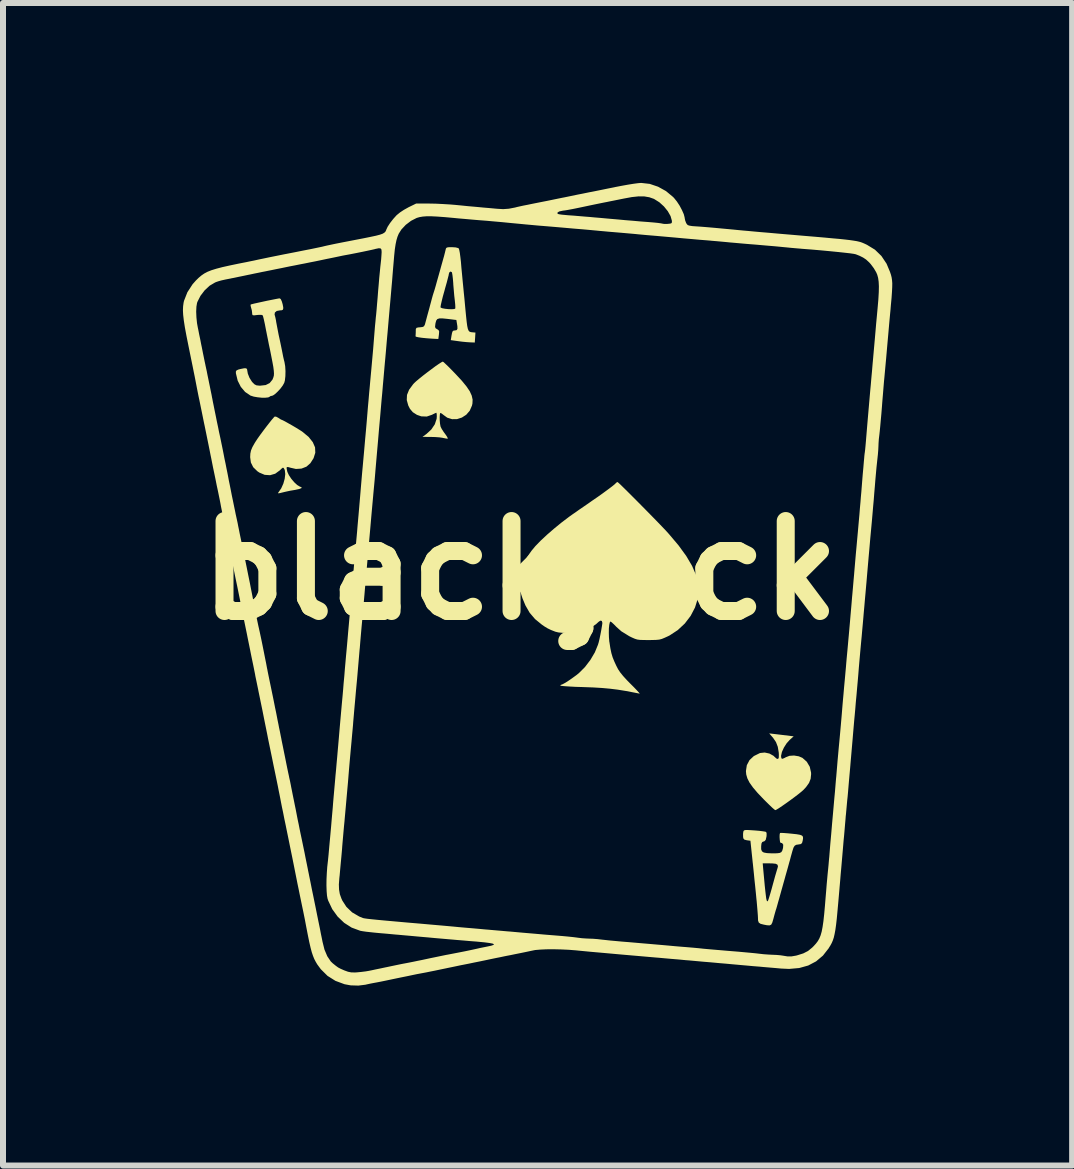
<source format=kicad_pcb>
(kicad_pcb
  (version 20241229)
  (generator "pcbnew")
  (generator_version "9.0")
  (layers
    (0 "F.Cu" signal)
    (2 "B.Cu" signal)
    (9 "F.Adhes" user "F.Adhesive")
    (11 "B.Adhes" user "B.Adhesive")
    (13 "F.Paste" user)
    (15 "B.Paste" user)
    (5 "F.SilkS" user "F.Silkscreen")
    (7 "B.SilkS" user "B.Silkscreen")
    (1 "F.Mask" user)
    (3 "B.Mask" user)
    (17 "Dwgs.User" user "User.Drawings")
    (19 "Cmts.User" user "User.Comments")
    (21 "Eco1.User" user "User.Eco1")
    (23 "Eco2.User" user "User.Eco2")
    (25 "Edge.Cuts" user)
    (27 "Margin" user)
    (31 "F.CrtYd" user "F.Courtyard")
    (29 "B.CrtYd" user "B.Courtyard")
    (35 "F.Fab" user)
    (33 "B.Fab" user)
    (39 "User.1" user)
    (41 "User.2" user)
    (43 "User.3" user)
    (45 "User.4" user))
  (footprint "blackjack"
    (layer "F.Cu")
    (at 5.622 6.459)
    (property "Reference" "blackjack" (at 0 0 0) (layer "F.SilkS") (effects (font (size 1.5 1.5) (thickness 0.3))))
    (attr board_only exclude_from_pos_files exclude_from_bom)
    (fp_poly (pts (xy 4.357 2.743) (xy 4.561 2.768) (xy 4.495 2.827) (xy 4.443 2.885) (xy 4.398 2.956) (xy 4.365 3.029) (xy 4.351 3.092) (xy 4.351 3.1) (xy 4.356 3.135) (xy 4.375 3.143) (xy 4.412 3.127) (xy 4.429 3.117) (xy 4.491 3.093) (xy 4.567 3.088) (xy 4.646 3.101) (xy 4.707 3.127) (xy 4.779 3.191) (xy 4.829 3.275) (xy 4.851 3.372) (xy 4.852 3.398) (xy 4.844 3.476) (xy 4.817 3.545) (xy 4.767 3.615) (xy 4.721 3.664) (xy 4.688 3.693) (xy 4.637 3.734) (xy 4.574 3.782) (xy 4.505 3.833) (xy 4.434 3.884) (xy 4.368 3.93) (xy 4.313 3.967) (xy 4.273 3.991) (xy 4.255 3.999) (xy 4.239 3.988) (xy 4.203 3.957) (xy 4.154 3.91) (xy 4.094 3.851) (xy 4.062 3.819) (xy 3.959 3.711) (xy 3.881 3.619) (xy 3.825 3.54) (xy 3.789 3.469) (xy 3.77 3.403) (xy 3.765 3.347) (xy 3.78 3.249) (xy 3.825 3.164) (xy 3.897 3.097) (xy 3.994 3.049) (xy 4.002 3.046) (xy 4.078 3.038) (xy 4.157 3.055) (xy 4.225 3.093) (xy 4.239 3.107) (xy 4.276 3.14) (xy 4.301 3.146) (xy 4.313 3.122) (xy 4.314 3.068) (xy 4.312 3.037) (xy 4.296 2.942) (xy 4.266 2.864) (xy 4.217 2.792) (xy 4.201 2.774) (xy 4.153 2.719)) (stroke (width 0) (type solid)) (fill yes) (layer "F.SilkS"))
    (fp_poly (pts (xy -1.273 -3.469) (xy -1.239 -3.437) (xy -1.189 -3.389) (xy -1.129 -3.328) (xy -1.075 -3.272) (xy -0.972 -3.161) (xy -0.895 -3.067) (xy -0.84 -2.986) (xy -0.807 -2.913) (xy -0.792 -2.846) (xy -0.795 -2.78) (xy -0.803 -2.746) (xy -0.84 -2.661) (xy -0.898 -2.594) (xy -0.971 -2.547) (xy -1.052 -2.521) (xy -1.135 -2.52) (xy -1.215 -2.545) (xy -1.273 -2.587) (xy -1.306 -2.613) (xy -1.328 -2.624) (xy -1.332 -2.623) (xy -1.338 -2.599) (xy -1.341 -2.554) (xy -1.34 -2.498) (xy -1.335 -2.442) (xy -1.327 -2.399) (xy -1.324 -2.391) (xy -1.306 -2.355) (xy -1.274 -2.306) (xy -1.248 -2.271) (xy -1.22 -2.23) (xy -1.206 -2.202) (xy -1.209 -2.194) (xy -1.238 -2.198) (xy -1.284 -2.207) (xy -1.297 -2.21) (xy -1.347 -2.217) (xy -1.416 -2.222) (xy -1.49 -2.224) (xy -1.496 -2.224) (xy -1.628 -2.225) (xy -1.561 -2.274) (xy -1.48 -2.349) (xy -1.422 -2.435) (xy -1.392 -2.527) (xy -1.389 -2.569) (xy -1.391 -2.608) (xy -1.396 -2.627) (xy -1.397 -2.627) (xy -1.416 -2.62) (xy -1.453 -2.602) (xy -1.468 -2.594) (xy -1.556 -2.564) (xy -1.648 -2.567) (xy -1.72 -2.592) (xy -1.789 -2.636) (xy -1.837 -2.693) (xy -1.865 -2.748) (xy -1.89 -2.839) (xy -1.886 -2.925) (xy -1.851 -3.011) (xy -1.786 -3.1) (xy -1.769 -3.119) (xy -1.736 -3.15) (xy -1.685 -3.193) (xy -1.622 -3.244) (xy -1.552 -3.298) (xy -1.481 -3.351) (xy -1.414 -3.401) (xy -1.356 -3.441) (xy -1.312 -3.469) (xy -1.289 -3.48) (xy -1.289 -3.48)) (stroke (width 0) (type solid)) (fill yes) (layer "F.SilkS"))
    (fp_poly (pts (xy -4.069 -2.562) (xy -4.034 -2.544) (xy -4.031 -2.542) (xy -3.998 -2.52) (xy -3.978 -2.51) (xy -3.977 -2.51) (xy -3.958 -2.502) (xy -3.917 -2.481) (xy -3.862 -2.45) (xy -3.8 -2.415) (xy -3.737 -2.378) (xy -3.682 -2.344) (xy -3.641 -2.318) (xy -3.631 -2.311) (xy -3.527 -2.225) (xy -3.457 -2.137) (xy -3.419 -2.05) (xy -3.415 -1.96) (xy -3.444 -1.869) (xy -3.497 -1.786) (xy -3.563 -1.728) (xy -3.645 -1.696) (xy -3.738 -1.69) (xy -3.826 -1.71) (xy -3.865 -1.721) (xy -3.89 -1.721) (xy -3.891 -1.72) (xy -3.893 -1.699) (xy -3.885 -1.659) (xy -3.88 -1.64) (xy -3.855 -1.586) (xy -3.815 -1.526) (xy -3.767 -1.469) (xy -3.718 -1.423) (xy -3.675 -1.397) (xy -3.67 -1.395) (xy -3.642 -1.383) (xy -3.647 -1.37) (xy -3.682 -1.356) (xy -3.746 -1.342) (xy -3.757 -1.34) (xy -3.834 -1.327) (xy -3.917 -1.309) (xy -3.954 -1.3) (xy -4.007 -1.287) (xy -4.033 -1.284) (xy -4.037 -1.289) (xy -4.027 -1.303) (xy -3.983 -1.367) (xy -3.948 -1.445) (xy -3.925 -1.527) (xy -3.916 -1.605) (xy -3.923 -1.668) (xy -3.931 -1.687) (xy -3.944 -1.708) (xy -3.957 -1.711) (xy -3.979 -1.694) (xy -4.005 -1.668) (xy -4.083 -1.611) (xy -4.169 -1.586) (xy -4.259 -1.592) (xy -4.349 -1.63) (xy -4.381 -1.652) (xy -4.45 -1.719) (xy -4.489 -1.797) (xy -4.501 -1.886) (xy -4.498 -1.946) (xy -4.487 -1.998) (xy -4.464 -2.054) (xy -4.425 -2.123) (xy -4.405 -2.155) (xy -4.375 -2.2) (xy -4.333 -2.259) (xy -4.284 -2.325) (xy -4.232 -2.394) (xy -4.182 -2.458) (xy -4.139 -2.512) (xy -4.107 -2.549) (xy -4.093 -2.563)) (stroke (width 0) (type solid)) (fill yes) (layer "F.SilkS"))
    (fp_poly (pts (xy -3.99 -4.52) (xy -3.973 -4.483) (xy -3.959 -4.435) (xy -3.95 -4.387) (xy -3.949 -4.369) (xy -3.955 -4.345) (xy -3.979 -4.335) (xy -4.005 -4.334) (xy -4.058 -4.324) (xy -4.089 -4.298) (xy -4.094 -4.262) (xy -4.091 -4.254) (xy -4.082 -4.221) (xy -4.071 -4.169) (xy -4.067 -4.141) (xy -4.057 -4.088) (xy -4.043 -4.014) (xy -4.027 -3.931) (xy -4.018 -3.89) (xy -4 -3.807) (xy -3.983 -3.725) (xy -3.969 -3.656) (xy -3.964 -3.631) (xy -3.951 -3.564) (xy -3.936 -3.499) (xy -3.929 -3.473) (xy -3.917 -3.403) (xy -3.912 -3.32) (xy -3.914 -3.237) (xy -3.922 -3.165) (xy -3.933 -3.126) (xy -3.958 -3.081) (xy -3.996 -3.03) (xy -4.041 -2.981) (xy -4.085 -2.94) (xy -4.121 -2.915) (xy -4.135 -2.911) (xy -4.166 -2.903) (xy -4.175 -2.895) (xy -4.199 -2.883) (xy -4.247 -2.878) (xy -4.309 -2.878) (xy -4.377 -2.885) (xy -4.441 -2.896) (xy -4.491 -2.912) (xy -4.497 -2.914) (xy -4.585 -2.974) (xy -4.657 -3.059) (xy -4.709 -3.162) (xy -4.737 -3.277) (xy -4.739 -3.287) (xy -4.739 -3.316) (xy -4.727 -3.334) (xy -4.696 -3.348) (xy -4.661 -3.357) (xy -4.601 -3.369) (xy -4.567 -3.368) (xy -4.553 -3.353) (xy -4.551 -3.341) (xy -4.54 -3.279) (xy -4.512 -3.209) (xy -4.473 -3.147) (xy -4.465 -3.137) (xy -4.429 -3.101) (xy -4.395 -3.084) (xy -4.347 -3.079) (xy -4.331 -3.079) (xy -4.242 -3.089) (xy -4.176 -3.122) (xy -4.13 -3.178) (xy -4.125 -3.189) (xy -4.114 -3.217) (xy -4.106 -3.246) (xy -4.104 -3.282) (xy -4.107 -3.329) (xy -4.115 -3.392) (xy -4.13 -3.474) (xy -4.151 -3.582) (xy -4.169 -3.673) (xy -4.189 -3.766) (xy -4.206 -3.853) (xy -4.221 -3.926) (xy -4.231 -3.978) (xy -4.234 -3.991) (xy -4.256 -4.106) (xy -4.274 -4.188) (xy -4.287 -4.238) (xy -4.293 -4.252) (xy -4.314 -4.259) (xy -4.358 -4.259) (xy -4.385 -4.257) (xy -4.434 -4.251) (xy -4.458 -4.254) (xy -4.467 -4.268) (xy -4.468 -4.289) (xy -4.474 -4.338) (xy -4.485 -4.377) (xy -4.494 -4.412) (xy -4.493 -4.431) (xy -4.475 -4.437) (xy -4.431 -4.448) (xy -4.368 -4.462) (xy -4.295 -4.478) (xy -4.217 -4.495) (xy -4.141 -4.51) (xy -4.076 -4.523) (xy -4.029 -4.532) (xy -4.006 -4.534)) (stroke (width 0) (type solid)) (fill yes) (layer "F.SilkS"))
    (fp_poly (pts (xy -1.075 -5.384) (xy -1.033 -5.373) (xy -1.023 -5.366) (xy -1.015 -5.342) (xy -1.005 -5.291) (xy -0.996 -5.222) (xy -0.987 -5.144) (xy -0.979 -5.046) (xy -0.969 -4.942) (xy -0.96 -4.846) (xy -0.955 -4.794) (xy -0.948 -4.724) (xy -0.939 -4.63) (xy -0.928 -4.523) (xy -0.918 -4.413) (xy -0.913 -4.359) (xy -0.901 -4.236) (xy -0.891 -4.143) (xy -0.882 -4.075) (xy -0.872 -4.028) (xy -0.86 -3.998) (xy -0.846 -3.981) (xy -0.827 -3.973) (xy -0.804 -3.969) (xy -0.802 -3.969) (xy -0.745 -3.964) (xy -0.75 -3.881) (xy -0.756 -3.798) (xy -0.834 -3.801) (xy -0.892 -3.805) (xy -0.966 -3.812) (xy -1.034 -3.821) (xy -1.156 -3.838) (xy -1.145 -3.906) (xy -1.135 -3.959) (xy -1.124 -3.987) (xy -1.107 -3.998) (xy -1.088 -3.999) (xy -1.058 -4.005) (xy -1.045 -4.026) (xy -1.046 -4.069) (xy -1.051 -4.101) (xy -1.063 -4.174) (xy -1.211 -4.192) (xy -1.292 -4.2) (xy -1.346 -4.2) (xy -1.38 -4.189) (xy -1.399 -4.164) (xy -1.41 -4.124) (xy -1.413 -4.107) (xy -1.418 -4.062) (xy -1.411 -4.038) (xy -1.387 -4.022) (xy -1.384 -4.021) (xy -1.36 -4.005) (xy -1.35 -3.983) (xy -1.353 -3.941) (xy -1.354 -3.93) (xy -1.364 -3.857) (xy -1.464 -3.862) (xy -1.558 -3.869) (xy -1.638 -3.877) (xy -1.699 -3.886) (xy -1.736 -3.895) (xy -1.744 -3.903) (xy -1.742 -3.926) (xy -1.74 -3.969) (xy -1.74 -3.981) (xy -1.739 -4.023) (xy -1.727 -4.043) (xy -1.697 -4.05) (xy -1.669 -4.052) (xy -1.627 -4.057) (xy -1.603 -4.069) (xy -1.588 -4.097) (xy -1.576 -4.141) (xy -1.56 -4.201) (xy -1.545 -4.257) (xy -1.54 -4.275) (xy -1.529 -4.315) (xy -1.512 -4.376) (xy -1.508 -4.392) (xy -1.327 -4.392) (xy -1.326 -4.382) (xy -1.3 -4.37) (xy -1.253 -4.361) (xy -1.198 -4.355) (xy -1.143 -4.353) (xy -1.101 -4.356) (xy -1.082 -4.363) (xy -1.08 -4.385) (xy -1.082 -4.43) (xy -1.088 -4.491) (xy -1.089 -4.501) (xy -1.098 -4.578) (xy -1.106 -4.671) (xy -1.114 -4.764) (xy -1.115 -4.788) (xy -1.121 -4.86) (xy -1.128 -4.92) (xy -1.135 -4.96) (xy -1.138 -4.97) (xy -1.159 -4.982) (xy -1.179 -4.969) (xy -1.188 -4.943) (xy -1.192 -4.919) (xy -1.205 -4.869) (xy -1.223 -4.799) (xy -1.247 -4.715) (xy -1.263 -4.656) (xy -1.288 -4.567) (xy -1.307 -4.49) (xy -1.321 -4.429) (xy -1.327 -4.392) (xy -1.508 -4.392) (xy -1.494 -4.445) (xy -1.49 -4.459) (xy -1.472 -4.527) (xy -1.455 -4.588) (xy -1.442 -4.629) (xy -1.44 -4.635) (xy -1.426 -4.679) (xy -1.41 -4.734) (xy -1.407 -4.744) (xy -1.389 -4.81) (xy -1.366 -4.891) (xy -1.341 -4.98) (xy -1.317 -5.067) (xy -1.295 -5.145) (xy -1.278 -5.206) (xy -1.269 -5.237) (xy -1.255 -5.292) (xy -1.243 -5.341) (xy -1.243 -5.342) (xy -1.236 -5.368) (xy -1.221 -5.382) (xy -1.19 -5.387) (xy -1.138 -5.388)) (stroke (width 0) (type solid)) (fill yes) (layer "F.SilkS"))
    (fp_poly (pts (xy 3.865 4.334) (xy 3.909 4.337) (xy 3.984 4.343) (xy 4.046 4.351) (xy 4.089 4.358) (xy 4.103 4.364) (xy 4.11 4.388) (xy 4.109 4.431) (xy 4.106 4.447) (xy 4.095 4.494) (xy 4.075 4.516) (xy 4.06 4.521) (xy 4.037 4.53) (xy 4.024 4.556) (xy 4.019 4.601) (xy 4.019 4.651) (xy 4.032 4.685) (xy 4.062 4.705) (xy 4.115 4.715) (xy 4.195 4.719) (xy 4.21 4.719) (xy 4.283 4.718) (xy 4.329 4.712) (xy 4.356 4.698) (xy 4.372 4.671) (xy 4.384 4.627) (xy 4.384 4.624) (xy 4.387 4.575) (xy 4.368 4.548) (xy 4.342 4.543) (xy 4.334 4.528) (xy 4.329 4.492) (xy 4.326 4.447) (xy 4.327 4.406) (xy 4.333 4.381) (xy 4.335 4.379) (xy 4.353 4.378) (xy 4.398 4.38) (xy 4.462 4.385) (xy 4.525 4.391) (xy 4.61 4.4) (xy 4.667 4.41) (xy 4.7 4.423) (xy 4.716 4.443) (xy 4.717 4.473) (xy 4.711 4.509) (xy 4.7 4.548) (xy 4.678 4.565) (xy 4.64 4.571) (xy 4.602 4.577) (xy 4.577 4.593) (xy 4.558 4.624) (xy 4.54 4.68) (xy 4.534 4.702) (xy 4.516 4.766) (xy 4.497 4.838) (xy 4.49 4.861) (xy 4.464 4.956) (xy 4.442 5.034) (xy 4.42 5.111) (xy 4.42 5.112) (xy 4.407 5.159) (xy 4.388 5.226) (xy 4.367 5.301) (xy 4.359 5.329) (xy 4.338 5.405) (xy 4.318 5.477) (xy 4.302 5.532) (xy 4.298 5.547) (xy 4.283 5.601) (xy 4.269 5.649) (xy 4.266 5.656) (xy 4.255 5.693) (xy 4.239 5.75) (xy 4.223 5.81) (xy 4.205 5.872) (xy 4.187 5.907) (xy 4.161 5.92) (xy 4.117 5.918) (xy 4.065 5.908) (xy 4.009 5.894) (xy 3.979 5.873) (xy 3.967 5.838) (xy 3.966 5.801) (xy 3.964 5.759) (xy 3.959 5.692) (xy 3.952 5.608) (xy 3.944 5.515) (xy 3.94 5.48) (xy 3.93 5.375) (xy 3.919 5.266) (xy 3.908 5.164) (xy 3.9 5.082) (xy 3.899 5.07) (xy 3.89 4.984) (xy 3.88 4.886) (xy 4.045 4.886) (xy 4.054 4.99) (xy 4.068 5.14) (xy 4.079 5.26) (xy 4.089 5.353) (xy 4.097 5.421) (xy 4.103 5.469) (xy 4.11 5.499) (xy 4.116 5.515) (xy 4.122 5.519) (xy 4.129 5.514) (xy 4.131 5.512) (xy 4.14 5.491) (xy 4.155 5.444) (xy 4.175 5.377) (xy 4.198 5.296) (xy 4.207 5.262) (xy 4.231 5.175) (xy 4.253 5.095) (xy 4.272 5.031) (xy 4.284 4.99) (xy 4.287 4.982) (xy 4.299 4.938) (xy 4.292 4.909) (xy 4.263 4.893) (xy 4.207 4.887) (xy 4.165 4.886) (xy 4.045 4.886) (xy 3.88 4.886) (xy 3.879 4.881) (xy 3.868 4.775) (xy 3.861 4.71) (xy 3.84 4.509) (xy 3.781 4.501) (xy 3.741 4.491) (xy 3.722 4.47) (xy 3.718 4.445) (xy 3.717 4.395) (xy 3.721 4.361) (xy 3.726 4.345) (xy 3.737 4.335) (xy 3.76 4.33) (xy 3.8 4.33)) (stroke (width 0) (type solid)) (fill yes) (layer "F.SilkS"))
    (fp_poly (pts (xy 1.638 -1.461) (xy 1.673 -1.429) (xy 1.724 -1.379) (xy 1.79 -1.314) (xy 1.866 -1.238) (xy 1.949 -1.155) (xy 2.037 -1.066) (xy 2.126 -0.976) (xy 2.213 -0.887) (xy 2.295 -0.803) (xy 2.368 -0.727) (xy 2.43 -0.662) (xy 2.476 -0.611) (xy 2.484 -0.602) (xy 2.642 -0.415) (xy 2.77 -0.239) (xy 2.867 -0.074) (xy 2.934 0.08) (xy 2.97 0.224) (xy 2.978 0.323) (xy 2.962 0.473) (xy 2.916 0.62) (xy 2.843 0.76) (xy 2.746 0.887) (xy 2.628 0.997) (xy 2.494 1.085) (xy 2.468 1.098) (xy 2.409 1.125) (xy 2.363 1.144) (xy 2.321 1.155) (xy 2.271 1.16) (xy 2.206 1.162) (xy 2.142 1.163) (xy 2.058 1.162) (xy 1.998 1.16) (xy 1.953 1.154) (xy 1.912 1.141) (xy 1.866 1.121) (xy 1.821 1.099) (xy 1.688 1.017) (xy 1.606 0.944) (xy 1.563 0.9) (xy 1.528 0.868) (xy 1.508 0.854) (xy 1.506 0.853) (xy 1.495 0.869) (xy 1.486 0.91) (xy 1.48 0.97) (xy 1.479 1.042) (xy 1.481 1.117) (xy 1.487 1.188) (xy 1.489 1.197) (xy 1.505 1.301) (xy 1.522 1.382) (xy 1.543 1.452) (xy 1.572 1.523) (xy 1.603 1.59) (xy 1.634 1.65) (xy 1.671 1.705) (xy 1.718 1.763) (xy 1.78 1.831) (xy 1.835 1.887) (xy 1.895 1.947) (xy 1.944 1.998) (xy 1.978 2.035) (xy 1.994 2.054) (xy 1.995 2.056) (xy 1.972 2.052) (xy 1.93 2.044) (xy 1.916 2.041) (xy 1.764 2.012) (xy 1.629 1.99) (xy 1.5 1.974) (xy 1.368 1.962) (xy 1.223 1.953) (xy 1.056 1.947) (xy 1.033 1.946) (xy 0.927 1.943) (xy 0.833 1.938) (xy 0.756 1.933) (xy 0.701 1.928) (xy 0.672 1.924) (xy 0.669 1.922) (xy 0.682 1.908) (xy 0.686 1.908) (xy 0.711 1.898) (xy 0.757 1.873) (xy 0.814 1.836) (xy 0.877 1.792) (xy 0.939 1.747) (xy 0.983 1.711) (xy 1.081 1.613) (xy 1.171 1.495) (xy 1.246 1.368) (xy 1.298 1.241) (xy 1.309 1.205) (xy 1.324 1.143) (xy 1.339 1.07) (xy 1.353 0.996) (xy 1.364 0.931) (xy 1.371 0.884) (xy 1.371 0.874) (xy 1.362 0.844) (xy 1.338 0.839) (xy 1.307 0.86) (xy 1.303 0.864) (xy 1.266 0.898) (xy 1.208 0.937) (xy 1.14 0.976) (xy 1.073 1.008) (xy 1.037 1.022) (xy 0.976 1.035) (xy 0.895 1.043) (xy 0.804 1.045) (xy 0.716 1.043) (xy 0.639 1.036) (xy 0.586 1.023) (xy 0.513 0.994) (xy 0.457 0.967) (xy 0.406 0.936) (xy 0.36 0.904) (xy 0.249 0.813) (xy 0.16 0.709) (xy 0.089 0.586) (xy 0.04 0.469) (xy 0.018 0.401) (xy 0.006 0.333) (xy 0.001 0.253) (xy 0 0.201) (xy 0.006 0.081) (xy 0.025 -0.023) (xy 0.062 -0.123) (xy 0.119 -0.225) (xy 0.19 -0.326) (xy 0.254 -0.403) (xy 0.342 -0.494) (xy 0.447 -0.592) (xy 0.566 -0.695) (xy 0.692 -0.798) (xy 0.82 -0.895) (xy 0.879 -0.937) (xy 0.922 -0.966) (xy 0.985 -1.011) (xy 1.064 -1.065) (xy 1.151 -1.125) (xy 1.199 -1.159) (xy 1.301 -1.229) (xy 1.393 -1.295) (xy 1.472 -1.353) (xy 1.534 -1.4) (xy 1.575 -1.433) (xy 1.589 -1.447) (xy 1.612 -1.468) (xy 1.623 -1.472)) (stroke (width 0) (type solid)) (fill yes) (layer "F.SilkS"))
    (fp_poly (pts (xy 2.161 -6.443) (xy 2.3 -6.396) (xy 2.432 -6.323) (xy 2.55 -6.225) (xy 2.568 -6.206) (xy 2.614 -6.149) (xy 2.66 -6.079) (xy 2.699 -6.005) (xy 2.729 -5.937) (xy 2.743 -5.883) (xy 2.744 -5.873) (xy 2.752 -5.833) (xy 2.768 -5.791) (xy 2.782 -5.769) (xy 2.798 -5.755) (xy 2.827 -5.746) (xy 2.873 -5.739) (xy 2.945 -5.734) (xy 2.948 -5.734) (xy 3.033 -5.728) (xy 3.131 -5.72) (xy 3.246 -5.71) (xy 3.384 -5.697) (xy 3.548 -5.682) (xy 3.648 -5.672) (xy 3.722 -5.665) (xy 3.804 -5.658) (xy 3.899 -5.649) (xy 4.011 -5.639) (xy 4.143 -5.628) (xy 4.3 -5.614) (xy 4.487 -5.598) (xy 4.501 -5.597) (xy 4.722 -5.578) (xy 4.913 -5.562) (xy 5.075 -5.548) (xy 5.212 -5.535) (xy 5.327 -5.525) (xy 5.421 -5.515) (xy 5.497 -5.506) (xy 5.559 -5.497) (xy 5.609 -5.489) (xy 5.649 -5.48) (xy 5.682 -5.471) (xy 5.711 -5.46) (xy 5.739 -5.448) (xy 5.767 -5.435) (xy 5.785 -5.426) (xy 5.916 -5.346) (xy 6.024 -5.241) (xy 6.11 -5.112) (xy 6.167 -4.976) (xy 6.183 -4.928) (xy 6.194 -4.884) (xy 6.201 -4.838) (xy 6.205 -4.786) (xy 6.204 -4.722) (xy 6.2 -4.642) (xy 6.193 -4.541) (xy 6.181 -4.413) (xy 6.176 -4.35) (xy 6.166 -4.246) (xy 6.155 -4.127) (xy 6.145 -4.013) (xy 6.141 -3.966) (xy 6.121 -3.743) (xy 6.103 -3.536) (xy 6.086 -3.352) (xy 6.074 -3.221) (xy 6.067 -3.15) (xy 6.059 -3.054) (xy 6.05 -2.942) (xy 6.04 -2.824) (xy 6.032 -2.719) (xy 6.023 -2.607) (xy 6.013 -2.498) (xy 6.004 -2.398) (xy 5.996 -2.317) (xy 5.99 -2.262) (xy 5.981 -2.188) (xy 5.976 -2.114) (xy 5.974 -2.062) (xy 5.971 -2.004) (xy 5.965 -1.93) (xy 5.957 -1.857) (xy 5.951 -1.8) (xy 5.942 -1.717) (xy 5.933 -1.617) (xy 5.923 -1.507) (xy 5.915 -1.406) (xy 5.905 -1.29) (xy 5.896 -1.173) (xy 5.886 -1.064) (xy 5.878 -0.97) (xy 5.873 -0.912) (xy 5.865 -0.82) (xy 5.855 -0.712) (xy 5.845 -0.605) (xy 5.84 -0.552) (xy 5.831 -0.449) (xy 5.821 -0.333) (xy 5.811 -0.223) (xy 5.807 -0.176) (xy 5.799 -0.085) (xy 5.791 0.008) (xy 5.784 0.089) (xy 5.781 0.125) (xy 5.775 0.197) (xy 5.767 0.286) (xy 5.759 0.377) (xy 5.756 0.41) (xy 5.748 0.498) (xy 5.739 0.604) (xy 5.729 0.713) (xy 5.723 0.786) (xy 5.714 0.888) (xy 5.704 0.998) (xy 5.695 1.101) (xy 5.689 1.163) (xy 5.682 1.238) (xy 5.673 1.336) (xy 5.663 1.447) (xy 5.653 1.562) (xy 5.647 1.631) (xy 5.638 1.745) (xy 5.628 1.861) (xy 5.618 1.971) (xy 5.61 2.064) (xy 5.606 2.108) (xy 5.597 2.202) (xy 5.588 2.313) (xy 5.578 2.424) (xy 5.572 2.485) (xy 5.563 2.589) (xy 5.553 2.704) (xy 5.544 2.814) (xy 5.539 2.87) (xy 5.532 2.951) (xy 5.523 3.055) (xy 5.513 3.171) (xy 5.503 3.289) (xy 5.497 3.355) (xy 5.487 3.467) (xy 5.477 3.582) (xy 5.468 3.69) (xy 5.46 3.78) (xy 5.455 3.823) (xy 5.447 3.91) (xy 5.439 3.999) (xy 5.432 4.075) (xy 5.429 4.099) (xy 5.425 4.153) (xy 5.418 4.232) (xy 5.41 4.328) (xy 5.401 4.431) (xy 5.394 4.501) (xy 5.379 4.679) (xy 5.366 4.829) (xy 5.355 4.956) (xy 5.345 5.066) (xy 5.337 5.165) (xy 5.329 5.257) (xy 5.322 5.338) (xy 5.306 5.522) (xy 5.292 5.677) (xy 5.28 5.806) (xy 5.268 5.911) (xy 5.256 5.997) (xy 5.243 6.066) (xy 5.23 6.123) (xy 5.214 6.171) (xy 5.196 6.213) (xy 5.175 6.252) (xy 5.15 6.292) (xy 5.146 6.3) (xy 5.049 6.424) (xy 4.935 6.52) (xy 4.804 6.589) (xy 4.654 6.631) (xy 4.485 6.646) (xy 4.353 6.64) (xy 4.266 6.632) (xy 4.161 6.623) (xy 4.054 6.614) (xy 3.991 6.608) (xy 3.89 6.6) (xy 3.78 6.59) (xy 3.677 6.581) (xy 3.623 6.576) (xy 3.533 6.568) (xy 3.426 6.558) (xy 3.317 6.549) (xy 3.254 6.543) (xy 3.166 6.535) (xy 3.055 6.526) (xy 2.935 6.515) (xy 2.815 6.504) (xy 2.761 6.5) (xy 2.647 6.489) (xy 2.527 6.479) (xy 2.413 6.469) (xy 2.315 6.46) (xy 2.276 6.457) (xy 1.965 6.43) (xy 1.676 6.405) (xy 1.411 6.381) (xy 1.173 6.36) (xy 0.965 6.34) (xy 0.937 6.337) (xy 0.812 6.327) (xy 0.682 6.321) (xy 0.554 6.318) (xy 0.435 6.319) (xy 0.332 6.324) (xy 0.252 6.331) (xy 0.226 6.336) (xy 0.173 6.347) (xy 0.098 6.363) (xy 0.011 6.381) (xy -0.079 6.399) (xy -0.161 6.416) (xy -0.225 6.428) (xy -0.234 6.43) (xy -0.264 6.436) (xy -0.32 6.448) (xy -0.396 6.463) (xy -0.488 6.482) (xy -0.577 6.501) (xy -0.678 6.522) (xy -0.773 6.541) (xy -0.854 6.558) (xy -0.915 6.57) (xy -0.945 6.576) (xy -0.987 6.584) (xy -1.053 6.598) (xy -1.134 6.615) (xy -1.222 6.633) (xy -1.23 6.635) (xy -1.337 6.657) (xy -1.422 6.675) (xy -1.493 6.689) (xy -1.561 6.703) (xy -1.635 6.717) (xy -1.673 6.724) (xy -1.721 6.733) (xy -1.793 6.748) (xy -1.883 6.767) (xy -1.982 6.787) (xy -2.05 6.801) (xy -2.15 6.822) (xy -2.245 6.842) (xy -2.328 6.859) (xy -2.39 6.871) (xy -2.418 6.876) (xy -2.487 6.889) (xy -2.557 6.904) (xy -2.577 6.909) (xy -2.697 6.924) (xy -2.826 6.92) (xy -2.928 6.901) (xy -3.079 6.845) (xy -3.211 6.762) (xy -3.323 6.651) (xy -3.382 6.571) (xy -3.408 6.527) (xy -3.432 6.481) (xy -3.453 6.429) (xy -3.474 6.367) (xy -3.494 6.291) (xy -3.516 6.196) (xy -3.54 6.078) (xy -3.568 5.934) (xy -3.581 5.865) (xy -3.588 5.827) (xy -3.601 5.763) (xy -3.618 5.679) (xy -3.638 5.584) (xy -3.656 5.497) (xy -3.677 5.395) (xy -3.696 5.301) (xy -3.713 5.22) (xy -3.725 5.159) (xy -3.731 5.129) (xy -3.749 5.039) (xy -3.772 4.923) (xy -3.8 4.783) (xy -3.832 4.627) (xy -3.866 4.459) (xy -3.902 4.284) (xy -3.907 4.258) (xy -3.931 4.145) (xy -3.952 4.037) (xy -3.972 3.943) (xy -3.987 3.866) (xy -3.997 3.814) (xy -4 3.798) (xy -4.011 3.742) (xy -4.026 3.669) (xy -4.038 3.606) (xy -4.06 3.499) (xy -4.084 3.382) (xy -4.11 3.258) (xy -4.135 3.134) (xy -4.16 3.013) (xy -4.183 2.902) (xy -4.203 2.805) (xy -4.218 2.727) (xy -4.229 2.673) (xy -4.233 2.652) (xy -4.251 2.564) (xy -4.273 2.454) (xy -4.297 2.333) (xy -4.322 2.212) (xy -4.345 2.1) (xy -4.364 2.008) (xy -4.367 1.991) (xy -4.384 1.909) (xy -4.401 1.827) (xy -4.415 1.76) (xy -4.418 1.74) (xy -4.431 1.675) (xy -4.447 1.595) (xy -4.462 1.523) (xy -4.477 1.451) (xy -4.491 1.382) (xy -4.501 1.331) (xy -4.501 1.33) (xy -4.509 1.292) (xy -4.522 1.228) (xy -4.539 1.145) (xy -4.558 1.049) (xy -4.576 0.962) (xy -4.597 0.86) (xy -4.617 0.764) (xy -4.634 0.681) (xy -4.647 0.618) (xy -4.653 0.586) (xy -4.664 0.529) (xy -4.678 0.456) (xy -4.691 0.393) (xy -4.717 0.265) (xy -4.745 0.132) (xy -4.772 -0.001) (xy -4.799 -0.131) (xy -4.823 -0.252) (xy -4.845 -0.36) (xy -4.863 -0.449) (xy -4.877 -0.517) (xy -4.885 -0.557) (xy -4.886 -0.561) (xy -4.896 -0.611) (xy -4.909 -0.68) (xy -4.924 -0.752) (xy -4.925 -0.753) (xy -4.941 -0.832) (xy -4.958 -0.915) (xy -4.97 -0.979) (xy -4.986 -1.057) (xy -4.998 -1.123) (xy -5.01 -1.184) (xy -5.023 -1.247) (xy -5.038 -1.321) (xy -5.058 -1.413) (xy -5.078 -1.514) (xy -5.099 -1.615) (xy -5.119 -1.71) (xy -5.135 -1.791) (xy -5.147 -1.852) (xy -5.153 -1.882) (xy -5.16 -1.915) (xy -5.172 -1.976) (xy -5.189 -2.061) (xy -5.21 -2.164) (xy -5.234 -2.282) (xy -5.26 -2.409) (xy -5.271 -2.46) (xy -5.301 -2.609) (xy -5.326 -2.731) (xy -5.346 -2.829) (xy -5.363 -2.909) (xy -5.376 -2.974) (xy -5.387 -3.03) (xy -5.397 -3.082) (xy -5.407 -3.134) (xy -5.418 -3.191) (xy -5.419 -3.196) (xy -5.427 -3.237) (xy -5.441 -3.305) (xy -5.459 -3.396) (xy -5.481 -3.503) (xy -5.505 -3.621) (xy -5.529 -3.739) (xy -5.563 -3.908) (xy -5.589 -4.048) (xy -5.607 -4.164) (xy -5.618 -4.259) (xy -5.621 -4.314) (xy -5.401 -4.314) (xy -5.397 -4.218) (xy -5.387 -4.12) (xy -5.374 -4.049) (xy -5.365 -4.006) (xy -5.352 -3.938) (xy -5.334 -3.853) (xy -5.316 -3.76) (xy -5.308 -3.723) (xy -5.29 -3.631) (xy -5.273 -3.548) (xy -5.259 -3.479) (xy -5.249 -3.433) (xy -5.247 -3.422) (xy -5.236 -3.371) (xy -5.223 -3.312) (xy -5.222 -3.305) (xy -5.213 -3.259) (xy -5.199 -3.192) (xy -5.183 -3.113) (xy -5.174 -3.07) (xy -5.159 -2.995) (xy -5.145 -2.928) (xy -5.136 -2.879) (xy -5.132 -2.861) (xy -5.124 -2.817) (xy -5.11 -2.749) (xy -5.093 -2.664) (xy -5.074 -2.571) (xy -5.055 -2.476) (xy -5.036 -2.387) (xy -5.021 -2.311) (xy -5.009 -2.256) (xy -5.004 -2.234) (xy -4.992 -2.177) (xy -4.978 -2.108) (xy -4.971 -2.075) (xy -4.96 -2.021) (xy -4.945 -1.945) (xy -4.928 -1.857) (xy -4.912 -1.782) (xy -4.896 -1.7) (xy -4.881 -1.627) (xy -4.87 -1.57) (xy -4.864 -1.539) (xy -4.856 -1.495) (xy -4.842 -1.428) (xy -4.825 -1.343) (xy -4.807 -1.25) (xy -4.787 -1.155) (xy -4.769 -1.066) (xy -4.753 -0.99) (xy -4.742 -0.934) (xy -4.737 -0.912) (xy -4.725 -0.857) (xy -4.71 -0.788) (xy -4.702 -0.745) (xy -4.688 -0.677) (xy -4.675 -0.61) (xy -4.668 -0.577) (xy -4.645 -0.467) (xy -4.619 -0.34) (xy -4.59 -0.202) (xy -4.561 -0.06) (xy -4.533 0.08) (xy -4.506 0.212) (xy -4.483 0.33) (xy -4.464 0.427) (xy -4.451 0.494) (xy -4.434 0.584) (xy -4.415 0.68) (xy -4.396 0.776) (xy -4.378 0.862) (xy -4.363 0.933) (xy -4.352 0.98) (xy -4.351 0.987) (xy -4.343 1.021) (xy -4.33 1.082) (xy -4.313 1.162) (xy -4.294 1.255) (xy -4.274 1.355) (xy -4.254 1.456) (xy -4.235 1.55) (xy -4.22 1.631) (xy -4.216 1.648) (xy -4.209 1.686) (xy -4.196 1.75) (xy -4.179 1.833) (xy -4.159 1.929) (xy -4.141 2.016) (xy -4.12 2.117) (xy -4.101 2.212) (xy -4.085 2.293) (xy -4.072 2.354) (xy -4.066 2.384) (xy -4.057 2.43) (xy -4.044 2.498) (xy -4.028 2.576) (xy -4.02 2.619) (xy -4.004 2.694) (xy -3.991 2.761) (xy -3.981 2.81) (xy -3.978 2.828) (xy -3.969 2.872) (xy -3.955 2.94) (xy -3.938 3.025) (xy -3.919 3.118) (xy -3.9 3.213) (xy -3.882 3.302) (xy -3.866 3.378) (xy -3.854 3.433) (xy -3.85 3.455) (xy -3.837 3.512) (xy -3.823 3.581) (xy -3.817 3.614) (xy -3.806 3.668) (xy -3.791 3.744) (xy -3.773 3.832) (xy -3.758 3.907) (xy -3.741 3.989) (xy -3.727 4.062) (xy -3.716 4.119) (xy -3.71 4.15) (xy -3.704 4.179) (xy -3.692 4.235) (xy -3.677 4.312) (xy -3.658 4.403) (xy -3.639 4.493) (xy -3.614 4.614) (xy -3.594 4.71) (xy -3.579 4.787) (xy -3.566 4.851) (xy -3.554 4.91) (xy -3.542 4.969) (xy -3.534 5.011) (xy -3.526 5.049) (xy -3.513 5.114) (xy -3.495 5.202) (xy -3.474 5.309) (xy -3.449 5.429) (xy -3.423 5.557) (xy -3.413 5.605) (xy -3.387 5.735) (xy -3.362 5.858) (xy -3.339 5.969) (xy -3.321 6.063) (xy -3.306 6.135) (xy -3.297 6.181) (xy -3.295 6.191) (xy -3.262 6.324) (xy -3.215 6.435) (xy -3.157 6.521) (xy -3.126 6.551) (xy -3.074 6.593) (xy -3.034 6.622) (xy -2.992 6.644) (xy -2.935 6.669) (xy -2.933 6.67) (xy -2.87 6.693) (xy -2.815 6.704) (xy -2.749 6.705) (xy -2.719 6.703) (xy -2.646 6.696) (xy -2.574 6.687) (xy -2.527 6.679) (xy -2.481 6.67) (xy -2.412 6.655) (xy -2.329 6.638) (xy -2.24 6.619) (xy -2.234 6.618) (xy -2.144 6.599) (xy -2.058 6.581) (xy -1.985 6.566) (xy -1.934 6.556) (xy -1.933 6.556) (xy -1.849 6.54) (xy -1.779 6.526) (xy -1.712 6.512) (xy -1.637 6.497) (xy -1.544 6.477) (xy -1.498 6.467) (xy -1.41 6.449) (xy -1.328 6.432) (xy -1.26 6.418) (xy -1.216 6.409) (xy -1.213 6.409) (xy -1.12 6.391) (xy -1.022 6.372) (xy -0.925 6.353) (xy -0.839 6.335) (xy -0.769 6.32) (xy -0.724 6.31) (xy -0.719 6.309) (xy -0.672 6.298) (xy -0.607 6.285) (xy -0.548 6.273) (xy -0.482 6.259) (xy -0.445 6.246) (xy -0.436 6.235) (xy -0.457 6.224) (xy -0.509 6.214) (xy -0.592 6.203) (xy -0.708 6.192) (xy -0.728 6.19) (xy -0.832 6.182) (xy -0.947 6.172) (xy -1.057 6.163) (xy -1.113 6.158) (xy -1.195 6.151) (xy -1.299 6.142) (xy -1.415 6.132) (xy -1.532 6.121) (xy -1.59 6.116) (xy -1.704 6.106) (xy -1.823 6.095) (xy -1.938 6.085) (xy -2.036 6.076) (xy -2.075 6.073) (xy -2.224 6.059) (xy -2.343 6.049) (xy -2.437 6.04) (xy -2.51 6.032) (xy -2.565 6.026) (xy -2.607 6.02) (xy -2.639 6.015) (xy -2.665 6.01) (xy -2.674 6.007) (xy -2.809 5.957) (xy -2.933 5.878) (xy -3.042 5.774) (xy -3.132 5.65) (xy -3.2 5.507) (xy -3.211 5.473) (xy -3.22 5.424) (xy -3.226 5.349) (xy -3.229 5.256) (xy -3.229 5.237) (xy -3.022 5.237) (xy -3.019 5.323) (xy -3.006 5.399) (xy -2.979 5.474) (xy -2.965 5.505) (xy -2.896 5.612) (xy -2.801 5.703) (xy -2.683 5.772) (xy -2.619 5.798) (xy -2.595 5.803) (xy -2.547 5.81) (xy -2.474 5.818) (xy -2.375 5.828) (xy -2.247 5.84) (xy -2.09 5.854) (xy -1.901 5.871) (xy -1.866 5.874) (xy -1.677 5.89) (xy -1.497 5.906) (xy -1.313 5.922) (xy -1.113 5.94) (xy -1.021 5.949) (xy -0.907 5.959) (xy -0.788 5.969) (xy -0.675 5.979) (xy -0.579 5.988) (xy -0.54 5.991) (xy -0.438 6) (xy -0.322 6.01) (xy -0.208 6.02) (xy -0.155 6.024) (xy 0.054 6.043) (xy 0.243 6.059) (xy 0.425 6.075) (xy 0.611 6.09) (xy 0.708 6.098) (xy 0.804 6.107) (xy 0.889 6.116) (xy 0.952 6.124) (xy 0.957 6.125) (xy 1.031 6.134) (xy 1.106 6.139) (xy 1.153 6.141) (xy 1.214 6.143) (xy 1.291 6.149) (xy 1.359 6.157) (xy 1.415 6.163) (xy 1.497 6.172) (xy 1.596 6.181) (xy 1.705 6.191) (xy 1.807 6.199) (xy 1.922 6.209) (xy 2.037 6.219) (xy 2.144 6.228) (xy 2.235 6.236) (xy 2.292 6.241) (xy 2.374 6.248) (xy 2.475 6.257) (xy 2.583 6.267) (xy 2.677 6.275) (xy 2.778 6.283) (xy 2.884 6.292) (xy 2.981 6.301) (xy 3.054 6.309) (xy 3.12 6.315) (xy 3.211 6.323) (xy 3.318 6.332) (xy 3.432 6.342) (xy 3.531 6.35) (xy 3.642 6.359) (xy 3.751 6.369) (xy 3.85 6.378) (xy 3.931 6.386) (xy 3.982 6.392) (xy 4.062 6.401) (xy 4.146 6.407) (xy 4.208 6.41) (xy 4.277 6.413) (xy 4.343 6.419) (xy 4.376 6.424) (xy 4.457 6.437) (xy 4.526 6.437) (xy 4.602 6.424) (xy 4.624 6.418) (xy 4.722 6.387) (xy 4.8 6.347) (xy 4.87 6.29) (xy 4.896 6.264) (xy 4.933 6.223) (xy 4.964 6.182) (xy 4.989 6.138) (xy 5.01 6.087) (xy 5.028 6.024) (xy 5.043 5.946) (xy 5.057 5.85) (xy 5.07 5.731) (xy 5.083 5.586) (xy 5.095 5.438) (xy 5.104 5.331) (xy 5.112 5.231) (xy 5.12 5.144) (xy 5.126 5.077) (xy 5.13 5.037) (xy 5.13 5.036) (xy 5.135 4.988) (xy 5.142 4.917) (xy 5.149 4.834) (xy 5.155 4.773) (xy 5.171 4.573) (xy 5.187 4.396) (xy 5.201 4.229) (xy 5.216 4.063) (xy 5.229 3.915) (xy 5.239 3.802) (xy 5.25 3.685) (xy 5.259 3.573) (xy 5.267 3.478) (xy 5.271 3.439) (xy 5.283 3.296) (xy 5.293 3.175) (xy 5.303 3.065) (xy 5.313 2.953) (xy 5.321 2.87) (xy 5.328 2.795) (xy 5.337 2.697) (xy 5.347 2.585) (xy 5.357 2.47) (xy 5.363 2.401) (xy 5.372 2.288) (xy 5.382 2.171) (xy 5.392 2.061) (xy 5.4 1.968) (xy 5.404 1.924) (xy 5.413 1.828) (xy 5.423 1.717) (xy 5.433 1.607) (xy 5.437 1.556) (xy 5.446 1.453) (xy 5.457 1.337) (xy 5.467 1.227) (xy 5.471 1.18) (xy 5.48 1.083) (xy 5.49 0.97) (xy 5.5 0.857) (xy 5.506 0.786) (xy 5.515 0.682) (xy 5.525 0.567) (xy 5.534 0.457) (xy 5.54 0.393) (xy 5.549 0.291) (xy 5.559 0.174) (xy 5.569 0.064) (xy 5.572 0.025) (xy 5.579 -0.057) (xy 5.588 -0.162) (xy 5.598 -0.278) (xy 5.609 -0.395) (xy 5.614 -0.452) (xy 5.631 -0.638) (xy 5.645 -0.795) (xy 5.657 -0.928) (xy 5.666 -1.042) (xy 5.675 -1.14) (xy 5.682 -1.229) (xy 5.689 -1.305) (xy 5.702 -1.47) (xy 5.713 -1.606) (xy 5.723 -1.714) (xy 5.73 -1.799) (xy 5.736 -1.864) (xy 5.74 -1.912) (xy 5.744 -1.947) (xy 5.748 -1.972) (xy 5.748 -1.974) (xy 5.753 -2.014) (xy 5.759 -2.078) (xy 5.766 -2.157) (xy 5.773 -2.242) (xy 5.79 -2.447) (xy 5.809 -2.667) (xy 5.83 -2.91) (xy 5.839 -3.012) (xy 5.847 -3.096) (xy 5.856 -3.203) (xy 5.867 -3.321) (xy 5.877 -3.441) (xy 5.883 -3.505) (xy 5.899 -3.687) (xy 5.913 -3.843) (xy 5.925 -3.981) (xy 5.936 -4.11) (xy 5.948 -4.237) (xy 5.96 -4.367) (xy 5.973 -4.516) (xy 5.98 -4.637) (xy 5.982 -4.734) (xy 5.978 -4.812) (xy 5.969 -4.876) (xy 5.954 -4.93) (xy 5.936 -4.971) (xy 5.897 -5.037) (xy 5.847 -5.104) (xy 5.819 -5.135) (xy 5.769 -5.181) (xy 5.72 -5.214) (xy 5.66 -5.244) (xy 5.597 -5.269) (xy 5.565 -5.276) (xy 5.504 -5.285) (xy 5.415 -5.295) (xy 5.304 -5.307) (xy 5.173 -5.32) (xy 5.025 -5.334) (xy 4.865 -5.348) (xy 4.695 -5.361) (xy 4.677 -5.363) (xy 4.604 -5.369) (xy 4.514 -5.377) (xy 4.424 -5.386) (xy 4.401 -5.388) (xy 4.33 -5.395) (xy 4.235 -5.404) (xy 4.126 -5.413) (xy 4.011 -5.423) (xy 3.932 -5.43) (xy 3.818 -5.439) (xy 3.701 -5.449) (xy 3.59 -5.459) (xy 3.496 -5.467) (xy 3.447 -5.472) (xy 3.36 -5.48) (xy 3.273 -5.488) (xy 3.2 -5.494) (xy 3.171 -5.497) (xy 3.099 -5.503) (xy 2.998 -5.511) (xy 2.876 -5.522) (xy 2.736 -5.534) (xy 2.585 -5.548) (xy 2.427 -5.562) (xy 2.269 -5.576) (xy 2.115 -5.589) (xy 1.972 -5.602) (xy 1.924 -5.607) (xy 1.823 -5.616) (xy 1.71 -5.626) (xy 1.603 -5.635) (xy 1.556 -5.639) (xy 1.471 -5.646) (xy 1.387 -5.654) (xy 1.316 -5.66) (xy 1.288 -5.663) (xy 1.234 -5.668) (xy 1.149 -5.676) (xy 1.037 -5.686) (xy 0.901 -5.697) (xy 0.744 -5.711) (xy 0.57 -5.726) (xy 0.402 -5.74) (xy 0.301 -5.748) (xy 0.194 -5.758) (xy 0.094 -5.767) (xy 0.033 -5.773) (xy -0.147 -5.79) (xy -0.3 -5.805) (xy -0.435 -5.817) (xy -0.557 -5.828) (xy -0.674 -5.837) (xy -0.711 -5.84) (xy -0.815 -5.849) (xy -0.928 -5.859) (xy -1.034 -5.868) (xy -1.104 -5.875) (xy -1.257 -5.889) (xy -1.381 -5.898) (xy -1.48 -5.903) (xy -1.56 -5.903) (xy -1.624 -5.898) (xy -1.677 -5.889) (xy -1.722 -5.876) (xy -1.727 -5.874) (xy -1.819 -5.827) (xy -1.907 -5.76) (xy -1.98 -5.682) (xy -2.024 -5.612) (xy -2.045 -5.561) (xy -2.062 -5.504) (xy -2.076 -5.437) (xy -2.089 -5.352) (xy -2.1 -5.244) (xy -2.109 -5.137) (xy -2.118 -5.033) (xy -2.127 -4.923) (xy -2.135 -4.82) (xy -2.142 -4.744) (xy -2.156 -4.581) (xy -2.172 -4.401) (xy -2.19 -4.197) (xy -2.21 -3.966) (xy -2.217 -3.89) (xy -2.227 -3.776) (xy -2.237 -3.658) (xy -2.247 -3.545) (xy -2.256 -3.45) (xy -2.26 -3.405) (xy -2.269 -3.302) (xy -2.279 -3.186) (xy -2.289 -3.076) (xy -2.292 -3.037) (xy -2.299 -2.955) (xy -2.309 -2.85) (xy -2.319 -2.734) (xy -2.329 -2.617) (xy -2.334 -2.56) (xy -2.353 -2.349) (xy -2.37 -2.149) (xy -2.388 -1.945) (xy -2.407 -1.725) (xy -2.409 -1.703) (xy -2.416 -1.618) (xy -2.425 -1.511) (xy -2.436 -1.394) (xy -2.447 -1.277) (xy -2.451 -1.23) (xy -2.477 -0.945) (xy -2.5 -0.681) (xy -2.523 -0.425) (xy -2.527 -0.376) (xy -2.536 -0.274) (xy -2.546 -0.158) (xy -2.556 -0.047) (xy -2.559 -0.008) (xy -2.566 0.073) (xy -2.575 0.177) (xy -2.586 0.293) (xy -2.596 0.411) (xy -2.602 0.477) (xy -2.612 0.591) (xy -2.622 0.709) (xy -2.632 0.822) (xy -2.641 0.918) (xy -2.645 0.962) (xy -2.654 1.065) (xy -2.664 1.181) (xy -2.673 1.292) (xy -2.677 1.33) (xy -2.684 1.412) (xy -2.693 1.517) (xy -2.703 1.633) (xy -2.713 1.75) (xy -2.718 1.807) (xy -2.737 2.01) (xy -2.752 2.181) (xy -2.765 2.324) (xy -2.775 2.441) (xy -2.783 2.533) (xy -2.786 2.577) (xy -2.792 2.644) (xy -2.8 2.729) (xy -2.808 2.819) (xy -2.811 2.853) (xy -2.818 2.928) (xy -2.827 3.026) (xy -2.837 3.137) (xy -2.847 3.252) (xy -2.853 3.321) (xy -2.87 3.532) (xy -2.888 3.732) (xy -2.906 3.935) (xy -2.926 4.156) (xy -2.928 4.183) (xy -2.936 4.261) (xy -2.945 4.362) (xy -2.955 4.476) (xy -2.965 4.592) (xy -2.97 4.66) (xy -2.98 4.772) (xy -2.991 4.888) (xy -3.001 4.996) (xy -3.009 5.087) (xy -3.014 5.13) (xy -3.022 5.237) (xy -3.229 5.237) (xy -3.228 5.153) (xy -3.223 5.048) (xy -3.216 4.948) (xy -3.213 4.921) (xy -3.204 4.841) (xy -3.194 4.743) (xy -3.185 4.641) (xy -3.18 4.585) (xy -3.164 4.412) (xy -3.151 4.268) (xy -3.141 4.148) (xy -3.132 4.046) (xy -3.124 3.957) (xy -3.118 3.878) (xy -3.112 3.807) (xy -3.103 3.706) (xy -3.093 3.591) (xy -3.083 3.479) (xy -3.079 3.43) (xy -3.069 3.327) (xy -3.059 3.211) (xy -3.049 3.101) (xy -3.045 3.054) (xy -3.035 2.94) (xy -3.023 2.802) (xy -3.01 2.648) (xy -2.996 2.489) (xy -2.982 2.332) (xy -2.969 2.188) (xy -2.96 2.092) (xy -2.951 1.99) (xy -2.942 1.877) (xy -2.932 1.771) (xy -2.928 1.723) (xy -2.922 1.646) (xy -2.913 1.545) (xy -2.903 1.431) (xy -2.892 1.314) (xy -2.886 1.247) (xy -2.876 1.134) (xy -2.866 1.017) (xy -2.856 0.907) (xy -2.848 0.814) (xy -2.844 0.77) (xy -2.836 0.674) (xy -2.826 0.562) (xy -2.817 0.452) (xy -2.812 0.402) (xy -2.803 0.297) (xy -2.793 0.178) (xy -2.783 0.064) (xy -2.778 0.017) (xy -2.771 -0.07) (xy -2.761 -0.178) (xy -2.75 -0.296) (xy -2.74 -0.414) (xy -2.735 -0.46) (xy -2.726 -0.557) (xy -2.718 -0.646) (xy -2.711 -0.732) (xy -2.703 -0.823) (xy -2.694 -0.923) (xy -2.684 -1.04) (xy -2.672 -1.179) (xy -2.661 -1.309) (xy -2.654 -1.393) (xy -2.645 -1.499) (xy -2.635 -1.616) (xy -2.624 -1.734) (xy -2.619 -1.79) (xy -2.6 -2) (xy -2.584 -2.184) (xy -2.569 -2.347) (xy -2.556 -2.498) (xy -2.544 -2.643) (xy -2.544 -2.644) (xy -2.537 -2.73) (xy -2.527 -2.838) (xy -2.517 -2.957) (xy -2.506 -3.074) (xy -2.502 -3.121) (xy -2.482 -3.337) (xy -2.465 -3.526) (xy -2.45 -3.694) (xy -2.438 -3.845) (xy -2.427 -3.982) (xy -2.42 -4.068) (xy -2.412 -4.149) (xy -2.406 -4.216) (xy -2.402 -4.25) (xy -2.398 -4.29) (xy -2.392 -4.357) (xy -2.385 -4.444) (xy -2.376 -4.545) (xy -2.368 -4.651) (xy -2.368 -4.652) (xy -2.358 -4.764) (xy -2.349 -4.874) (xy -2.339 -4.975) (xy -2.331 -5.059) (xy -2.325 -5.112) (xy -2.317 -5.185) (xy -2.312 -5.253) (xy -2.309 -5.304) (xy -2.309 -5.308) (xy -2.312 -5.348) (xy -2.326 -5.367) (xy -2.357 -5.37) (xy -2.411 -5.359) (xy -2.424 -5.355) (xy -2.467 -5.345) (xy -2.537 -5.33) (xy -2.627 -5.311) (xy -2.731 -5.29) (xy -2.843 -5.268) (xy -2.92 -5.254) (xy -2.962 -5.246) (xy -3.028 -5.232) (xy -3.109 -5.215) (xy -3.197 -5.197) (xy -3.204 -5.196) (xy -3.322 -5.171) (xy -3.418 -5.151) (xy -3.505 -5.134) (xy -3.593 -5.116) (xy -3.656 -5.104) (xy -3.696 -5.096) (xy -3.761 -5.083) (xy -3.844 -5.067) (xy -3.936 -5.048) (xy -3.974 -5.04) (xy -4.065 -5.022) (xy -4.147 -5.005) (xy -4.213 -4.992) (xy -4.256 -4.983) (xy -4.267 -4.981) (xy -4.299 -4.975) (xy -4.355 -4.963) (xy -4.43 -4.948) (xy -4.514 -4.93) (xy -4.526 -4.928) (xy -4.615 -4.909) (xy -4.699 -4.892) (xy -4.769 -4.877) (xy -4.817 -4.868) (xy -4.819 -4.867) (xy -4.912 -4.849) (xy -4.979 -4.834) (xy -5.029 -4.82) (xy -5.07 -4.806) (xy -5.088 -4.798) (xy -5.176 -4.746) (xy -5.259 -4.669) (xy -5.33 -4.576) (xy -5.38 -4.477) (xy -5.387 -4.457) (xy -5.397 -4.397) (xy -5.401 -4.314) (xy -5.621 -4.314) (xy -5.622 -4.338) (xy -5.619 -4.404) (xy -5.611 -4.462) (xy -5.604 -4.493) (xy -5.548 -4.636) (xy -5.461 -4.77) (xy -5.405 -4.833) (xy -5.359 -4.878) (xy -5.314 -4.916) (xy -5.266 -4.949) (xy -5.211 -4.978) (xy -5.145 -5.004) (xy -5.064 -5.029) (xy -4.965 -5.055) (xy -4.844 -5.082) (xy -4.696 -5.113) (xy -4.568 -5.138) (xy -4.501 -5.152) (xy -4.436 -5.165) (xy -4.409 -5.171) (xy -4.355 -5.183) (xy -4.277 -5.199) (xy -4.187 -5.218) (xy -4.092 -5.237) (xy -4.003 -5.255) (xy -3.929 -5.27) (xy -3.907 -5.274) (xy -3.743 -5.306) (xy -3.598 -5.335) (xy -3.475 -5.359) (xy -3.375 -5.38) (xy -3.303 -5.395) (xy -3.263 -5.405) (xy -3.224 -5.414) (xy -3.163 -5.427) (xy -3.078 -5.445) (xy -2.967 -5.467) (xy -2.827 -5.494) (xy -2.657 -5.527) (xy -2.61 -5.536) (xy -2.492 -5.56) (xy -2.403 -5.579) (xy -2.338 -5.596) (xy -2.293 -5.612) (xy -2.264 -5.629) (xy -2.245 -5.648) (xy -2.234 -5.671) (xy -2.232 -5.678) (xy -2.209 -5.728) (xy -2.168 -5.791) (xy -2.116 -5.858) (xy -2.061 -5.919) (xy -2.053 -5.926) (xy -2.004 -5.966) (xy -2.003 -5.967) (xy 0.624 -5.967) (xy 0.624 -5.946) (xy 0.627 -5.943) (xy 0.648 -5.937) (xy 0.694 -5.93) (xy 0.758 -5.924) (xy 0.8 -5.92) (xy 0.889 -5.914) (xy 0.995 -5.905) (xy 1.101 -5.896) (xy 1.155 -5.892) (xy 1.24 -5.884) (xy 1.347 -5.875) (xy 1.466 -5.864) (xy 1.584 -5.854) (xy 1.64 -5.849) (xy 1.757 -5.838) (xy 1.882 -5.828) (xy 2.004 -5.817) (xy 2.11 -5.809) (xy 2.149 -5.806) (xy 2.231 -5.799) (xy 2.3 -5.792) (xy 2.349 -5.785) (xy 2.373 -5.78) (xy 2.374 -5.78) (xy 2.395 -5.776) (xy 2.437 -5.775) (xy 2.459 -5.776) (xy 2.505 -5.781) (xy 2.527 -5.79) (xy 2.531 -5.811) (xy 2.53 -5.831) (xy 2.508 -5.907) (xy 2.462 -5.988) (xy 2.398 -6.067) (xy 2.322 -6.136) (xy 2.241 -6.187) (xy 2.231 -6.193) (xy 2.154 -6.22) (xy 2.071 -6.234) (xy 1.976 -6.235) (xy 1.862 -6.223) (xy 1.732 -6.199) (xy 1.643 -6.181) (xy 1.559 -6.164) (xy 1.488 -6.15) (xy 1.441 -6.14) (xy 1.439 -6.14) (xy 1.393 -6.131) (xy 1.324 -6.117) (xy 1.241 -6.1) (xy 1.155 -6.082) (xy 1.037 -6.057) (xy 0.946 -6.038) (xy 0.877 -6.024) (xy 0.823 -6.014) (xy 0.78 -6.006) (xy 0.741 -6) (xy 0.715 -5.997) (xy 0.654 -5.984) (xy 0.624 -5.967) (xy -2.003 -5.967) (xy -1.938 -6.01) (xy -1.868 -6.049) (xy -1.859 -6.054) (xy -1.732 -6.116) (xy -1.514 -6.115) (xy -1.406 -6.113) (xy -1.286 -6.107) (xy -1.169 -6.1) (xy -1.096 -6.094) (xy -0.991 -6.084) (xy -0.873 -6.072) (xy -0.759 -6.062) (xy -0.703 -6.057) (xy -0.61 -6.048) (xy -0.513 -6.04) (xy -0.428 -6.032) (xy -0.384 -6.028) (xy -0.283 -6.022) (xy -0.188 -6.029) (xy -0.084 -6.049) (xy -0.05 -6.058) (xy -0.009 -6.067) (xy 0.055 -6.081) (xy 0.132 -6.096) (xy 0.184 -6.107) (xy 0.254 -6.121) (xy 0.349 -6.14) (xy 0.461 -6.162) (xy 0.582 -6.187) (xy 0.704 -6.212) (xy 0.736 -6.218) (xy 0.848 -6.241) (xy 0.953 -6.263) (xy 1.045 -6.281) (xy 1.118 -6.296) (xy 1.167 -6.306) (xy 1.18 -6.308) (xy 1.216 -6.315) (xy 1.28 -6.328) (xy 1.364 -6.345) (xy 1.461 -6.365) (xy 1.567 -6.386) (xy 1.584 -6.39) (xy 1.693 -6.411) (xy 1.798 -6.43) (xy 1.891 -6.445) (xy 1.967 -6.455) (xy 2.017 -6.459) (xy 2.02 -6.459)) (stroke (width 0) (type solid)) (fill yes) (layer "F.SilkS")))
  (gr_rect
    (start -3 -3)
    (end 14.826 16.383)
    (stroke (width 0.1) (type default))
    (fill no)
    (layer "Edge.Cuts")))
</source>
